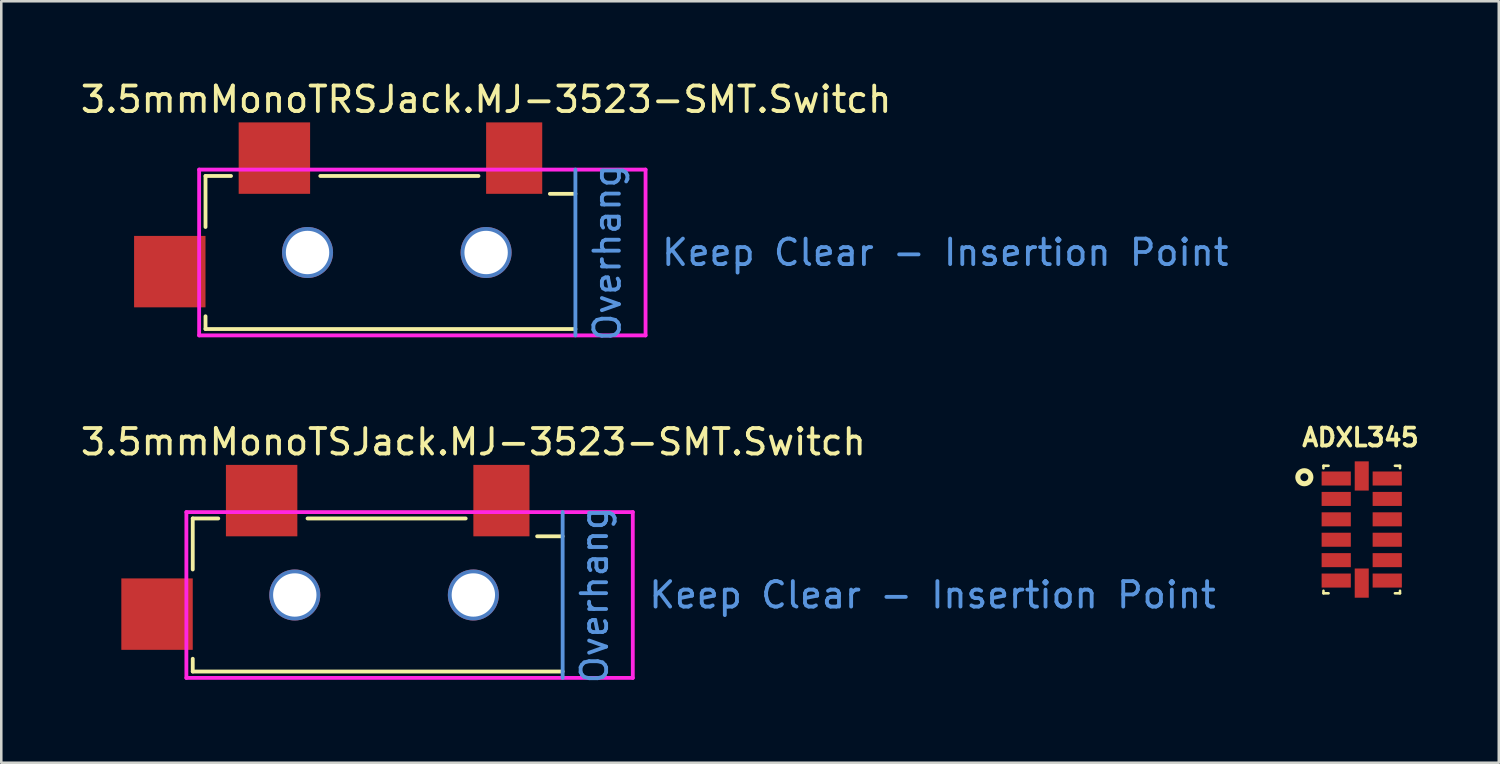
<source format=kicad_pcb>
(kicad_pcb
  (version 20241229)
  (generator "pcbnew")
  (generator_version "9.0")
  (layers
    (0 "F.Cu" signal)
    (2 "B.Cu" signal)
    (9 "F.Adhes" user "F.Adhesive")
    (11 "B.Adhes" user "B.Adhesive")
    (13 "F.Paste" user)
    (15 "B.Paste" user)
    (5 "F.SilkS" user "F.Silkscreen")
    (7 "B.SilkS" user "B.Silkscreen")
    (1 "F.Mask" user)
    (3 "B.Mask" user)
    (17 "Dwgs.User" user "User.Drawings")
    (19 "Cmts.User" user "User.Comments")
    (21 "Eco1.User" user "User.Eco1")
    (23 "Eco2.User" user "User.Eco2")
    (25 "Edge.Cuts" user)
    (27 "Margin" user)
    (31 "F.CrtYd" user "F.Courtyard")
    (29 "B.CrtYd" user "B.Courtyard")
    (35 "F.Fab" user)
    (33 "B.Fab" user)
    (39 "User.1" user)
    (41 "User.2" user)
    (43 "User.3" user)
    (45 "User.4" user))
  (footprint "3.5mmMonoTSJack.MJ-3523-SMT.Switch"
    (layer "F.Cu")
    (at 15.506 20.274)
    (property "Reference" "3.5mmMonoTSJack.MJ-3523-SMT.Switch" (at 0 -6 0) (layer "F.SilkS") (effects (font (size 1 1) (thickness 0.15))))
    (attr through_hole)
    (fp_line (start -11 -3) (end -10 -3) (stroke (width 0.15) (type solid)) (layer "F.SilkS"))
    (fp_line (start -11 -1) (end -11 -3) (stroke (width 0.15) (type solid)) (layer "F.SilkS"))
    (fp_line (start -11 3) (end -11 2.5) (stroke (width 0.15) (type solid)) (layer "F.SilkS"))
    (fp_line (start -6.5 -3) (end -0.3 -3) (stroke (width 0.15) (type solid)) (layer "F.SilkS"))
    (fp_line (start 3.5 -2.3) (end 2.5 -2.3) (stroke (width 0.15) (type solid)) (layer "F.SilkS"))
    (fp_line (start 3.5 3) (end -11 3) (stroke (width 0.15) (type solid)) (layer "F.SilkS"))
    (fp_line (start 3.5 -3.25) (end 3.5 3.25) (stroke (width 0.15) (type solid)) (layer "Cmts.User"))
    (fp_line (start -11.25 -3.25) (end 6.25 -3.25) (stroke (width 0.15) (type solid)) (layer "F.CrtYd"))
    (fp_line (start -11.25 3.25) (end -11.25 -3.25) (stroke (width 0.15) (type solid)) (layer "F.CrtYd"))
    (fp_line (start 6.25 -3.25) (end 6.25 3.25) (stroke (width 0.15) (type solid)) (layer "F.CrtYd"))
    (fp_line (start 6.25 3.25) (end -11.25 3.25) (stroke (width 0.15) (type solid)) (layer "F.CrtYd"))
    (fp_text user "Overhang" (at 4.75 0 90) (layer "Cmts.User") (effects (font (size 1 1) (thickness 0.15))))
    (fp_text user "Keep Clear - Insertion Point" (at 18 0 0) (layer "Cmts.User") (effects (font (size 1 1) (thickness 0.15))))
    (pad "" thru_hole circle (at -7 0) (size 2 2) (drill 1.7) (layers "*.Cu" "*.Mask"))
    (pad "" thru_hole circle (at 0 0) (size 2 2) (drill 1.7) (layers "*.Cu" "*.Mask"))
    (pad "1" smd rect (at 1.1 -3.7) (size 2.2 2.8) (layers "F.Cu" "F.Mask" "F.Paste"))
    (pad "2" smd rect (at -8.3 -3.7) (size 2.8 2.8) (layers "F.Cu" "F.Mask" "F.Paste"))
    (pad "10" smd rect (at -12.4 0.75) (size 2.8 2.8) (layers "F.Cu" "F.Mask" "F.Paste")))
  (footprint "ADXL345"
    (layer "F.Cu")
    (at 50.331 17.708)
    (property "Reference" "ADXL345" (at -0.05 -3.61 0) (layer "F.SilkS") (effects (font (size 0.7 0.7) (thickness 0.15))))
    (attr through_hole)
    (fp_line (start -1.5 -2.5) (end -1.3 -2.5) (stroke (width 0.1) (type solid)) (layer "F.SilkS"))
    (fp_line (start -1.5 -2.4) (end -1.5 -2.5) (stroke (width 0.1) (type solid)) (layer "F.SilkS"))
    (fp_line (start -1.5 2.4) (end -1.5 2.5) (stroke (width 0.1) (type solid)) (layer "F.SilkS"))
    (fp_line (start -1.5 2.5) (end -1.3 2.5) (stroke (width 0.1) (type solid)) (layer "F.SilkS"))
    (fp_line (start 1.5 -2.5) (end 1.3 -2.5) (stroke (width 0.1) (type solid)) (layer "F.SilkS"))
    (fp_line (start 1.5 -2.4) (end 1.5 -2.5) (stroke (width 0.1) (type solid)) (layer "F.SilkS"))
    (fp_line (start 1.5 2.4) (end 1.5 2.5) (stroke (width 0.1) (type solid)) (layer "F.SilkS"))
    (fp_line (start 1.5 2.5) (end 1.3 2.5) (stroke (width 0.1) (type solid)) (layer "F.SilkS"))
    (fp_circle (center -2.25 -2.05) (end -2.2 -2.3) (stroke (width 0.2) (type solid)) (fill no) (layer "F.SilkS"))
    (pad "1" smd rect (at -1 -2) (size 1.145 0.55) (layers "F.Cu" "F.Mask" "F.Paste"))
    (pad "2" smd rect (at -1 -1.2) (size 1.145 0.55) (layers "F.Cu" "F.Mask" "F.Paste"))
    (pad "3" smd rect (at -1 -0.4) (size 1.145 0.55) (layers "F.Cu" "F.Mask" "F.Paste"))
    (pad "4" smd rect (at -1 0.4) (size 1.145 0.55) (layers "F.Cu" "F.Mask" "F.Paste"))
    (pad "5" smd rect (at -1 1.2) (size 1.145 0.55) (layers "F.Cu" "F.Mask" "F.Paste"))
    (pad "6" smd rect (at -1 2) (size 1.145 0.55) (layers "F.Cu" "F.Mask" "F.Paste"))
    (pad "7" smd rect (at 0 2.1 90) (size 1.145 0.55) (layers "F.Cu" "F.Mask" "F.Paste"))
    (pad "8" smd rect (at 1 2) (size 1.145 0.55) (layers "F.Cu" "F.Mask" "F.Paste"))
    (pad "9" smd rect (at 1 1.2) (size 1.145 0.55) (layers "F.Cu" "F.Mask" "F.Paste"))
    (pad "10" smd rect (at 1 0.4) (size 1.145 0.55) (layers "F.Cu" "F.Mask" "F.Paste"))
    (pad "11" smd rect (at 1 -0.4) (size 1.145 0.55) (layers "F.Cu" "F.Mask" "F.Paste"))
    (pad "12" smd rect (at 1 -1.2) (size 1.145 0.55) (layers "F.Cu" "F.Mask" "F.Paste"))
    (pad "13" smd rect (at 1 -2) (size 1.145 0.55) (layers "F.Cu" "F.Mask" "F.Paste"))
    (pad "14" smd rect (at 0 -2.1 90) (size 1.145 0.55) (layers "F.Cu" "F.Mask" "F.Paste")))
  (footprint "3.5mmMonoTRSJack.MJ-3523-SMT.Switch"
    (layer "F.Cu")
    (at 16.006 6.848)
    (property "Reference" "3.5mmMonoTRSJack.MJ-3523-SMT.Switch" (at 0 -6 0) (layer "F.SilkS") (effects (font (size 1 1) (thickness 0.15))))
    (attr through_hole)
    (fp_line (start -11 -3) (end -10 -3) (stroke (width 0.15) (type solid)) (layer "F.SilkS"))
    (fp_line (start -11 -1) (end -11 -3) (stroke (width 0.15) (type solid)) (layer "F.SilkS"))
    (fp_line (start -11 3) (end -11 2.5) (stroke (width 0.15) (type solid)) (layer "F.SilkS"))
    (fp_line (start -6.5 -3) (end -0.3 -3) (stroke (width 0.15) (type solid)) (layer "F.SilkS"))
    (fp_line (start 3.5 -2.3) (end 2.5 -2.3) (stroke (width 0.15) (type solid)) (layer "F.SilkS"))
    (fp_line (start 3.5 3) (end -11 3) (stroke (width 0.15) (type solid)) (layer "F.SilkS"))
    (fp_line (start 3.5 -3.25) (end 3.5 3.25) (stroke (width 0.15) (type solid)) (layer "Cmts.User"))
    (fp_line (start -11.25 -3.25) (end 6.25 -3.25) (stroke (width 0.15) (type solid)) (layer "F.CrtYd"))
    (fp_line (start -11.25 3.25) (end -11.25 -3.25) (stroke (width 0.15) (type solid)) (layer "F.CrtYd"))
    (fp_line (start 6.25 -3.25) (end 6.25 3.25) (stroke (width 0.15) (type solid)) (layer "F.CrtYd"))
    (fp_line (start 6.25 3.25) (end -11.25 3.25) (stroke (width 0.15) (type solid)) (layer "F.CrtYd"))
    (fp_text user "Overhang" (at 4.75 0 90) (layer "Cmts.User") (effects (font (size 1 1) (thickness 0.15))))
    (fp_text user "Keep Clear - Insertion Point" (at 18 0 0) (layer "Cmts.User") (effects (font (size 1 1) (thickness 0.15))))
    (pad "" thru_hole circle (at -7 0) (size 2 2) (drill 1.7) (layers "*.Cu" "*.Mask"))
    (pad "" thru_hole circle (at 0 0) (size 2 2) (drill 1.7) (layers "*.Cu" "*.Mask"))
    (pad "1" smd rect (at 1.1 -3.7) (size 2.2 2.8) (layers "F.Cu" "F.Mask" "F.Paste"))
    (pad "2" smd rect (at -8.3 -3.7) (size 2.8 2.8) (layers "F.Cu" "F.Mask" "F.Paste"))
    (pad "10" smd rect (at -12.4 0.75) (size 2.8 2.8) (layers "F.Cu" "F.Mask" "F.Paste")))
  (gr_rect
    (start -3 -3)
    (end 55.703 26.851)
    (stroke (width 0.1) (type default))
    (fill no)
    (layer "Edge.Cuts")))
</source>
